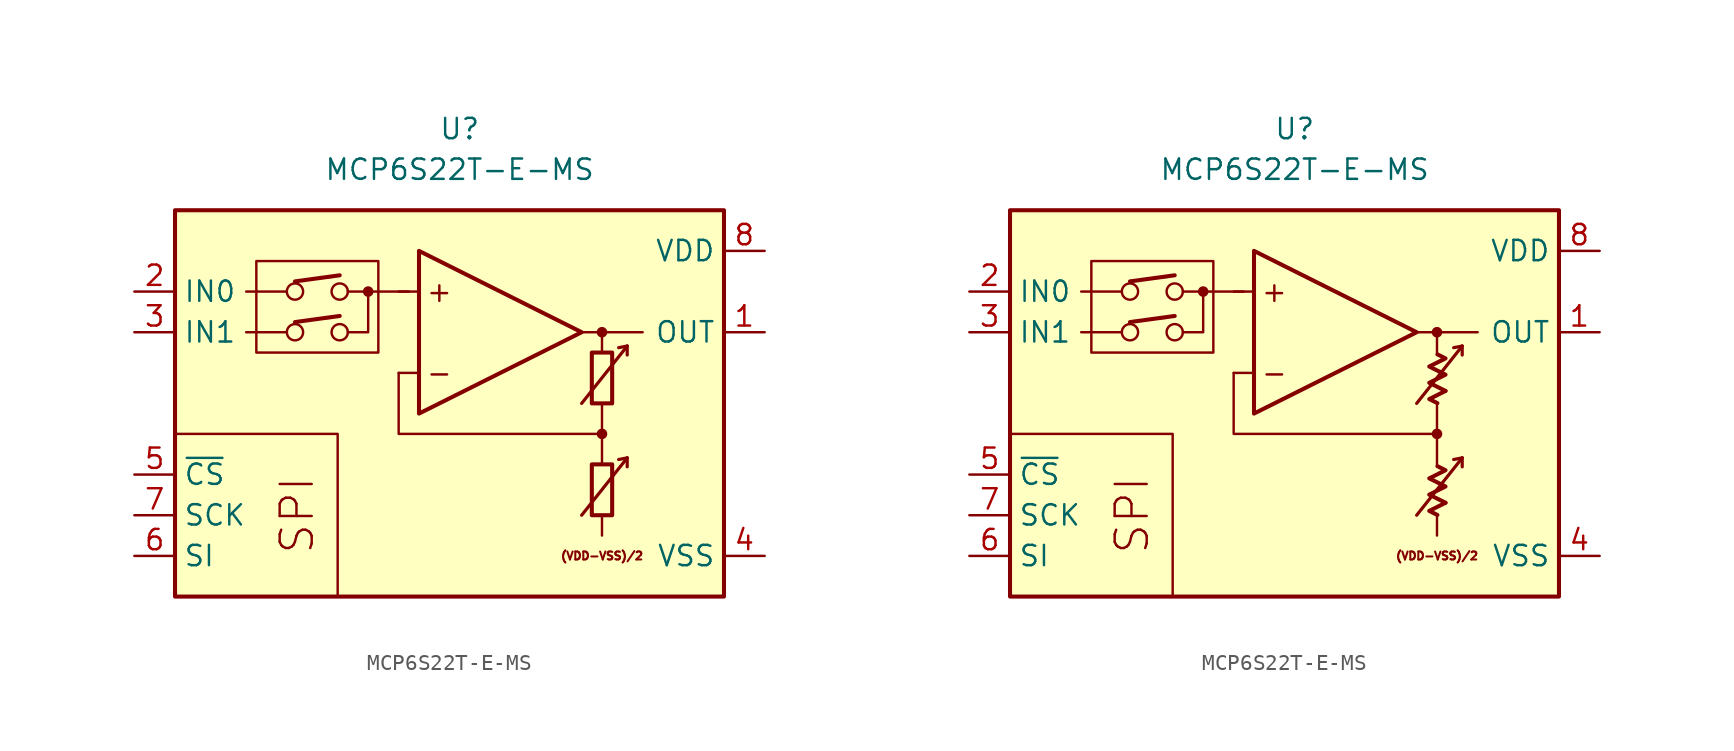
<source format=kicad_sym>
(kicad_symbol_lib
  (version 20231120)
  (generator "kicad_symbol_editor")
  (generator_version "8.0")
  (symbol "MCP6S22T-E-MS"
    (property "Reference" "U"
      (at 0 17.78 0)
      (effects (font (size 1.27 1.27))))
    (property "Value" "MCP6S22T-E-MS"
      (at 0 15.24 0)
      (effects (font (size 1.27 1.27))))
    (symbol "MCP6S22T-E-MS_0_0"
      (rectangle (start -17.78 12.7) (end 16.51 -11.43) (stroke (width 0.254) (type default)) (fill (type background)))
      (rectangle (start -12.7 9.525) (end -5.08 3.81) (stroke (width 0.152) (type default)) (fill (type none)))
      (circle (center -10.287 5.08) (radius 0.508) (stroke (width 0) (type default)) (fill (type none)))
      (circle (center -10.287 7.62) (radius 0.508) (stroke (width 0) (type default)) (fill (type none)))
      (circle (center -7.493 5.08) (radius 0.508) (stroke (width 0) (type default)) (fill (type none)))
      (circle (center -7.493 7.62) (radius 0.508) (stroke (width 0) (type default)) (fill (type none)))
      (circle (center -5.715 7.62) (radius 0.254) (stroke (width 0.152) (type default)) (fill (type outline)))
      (polyline (pts (xy 8.89 -3.81)) (stroke (width 0.152) (type default)) (fill (type none)))
      (polyline (pts (xy 8.89 -3.81)) (stroke (width 0.152) (type default)) (fill (type none)))
      (polyline (pts (xy 8.89 -3.175)) (stroke (width 0.152) (type default)) (fill (type none)))
      (polyline (pts (xy 8.89 3.175)) (stroke (width 0.152) (type default)) (fill (type none)))
      (polyline (pts (xy 8.89 3.81)) (stroke (width 0.152) (type default)) (fill (type none)))
      (polyline (pts (xy 8.89 3.81)) (stroke (width 0.152) (type default)) (fill (type none)))
      (polyline (pts (xy -10.795 5.08) (xy -13.335 5.08)) (stroke (width 0.152) (type default)) (fill (type none)))
      (polyline (pts (xy -10.795 7.62) (xy -13.335 7.62)) (stroke (width 0.152) (type default)) (fill (type none)))
      (polyline (pts (xy -10.287 5.715) (xy -7.493 6.096)) (stroke (width 0.254) (type default)) (fill (type none)))
      (polyline (pts (xy -10.287 8.255) (xy -7.493 8.636)) (stroke (width 0.254) (type default)) (fill (type none)))
      (polyline (pts (xy -3.175 7.62) (xy -6.985 7.62)) (stroke (width 0.152) (type default)) (fill (type none)))
      (polyline (pts (xy -2.54 2.54) (xy -3.81 2.54)) (stroke (width 0.152) (type default)) (fill (type none)))
      (polyline (pts (xy -2.54 7.62) (xy -3.81 7.62)) (stroke (width 0.152) (type default)) (fill (type none)))
      (polyline (pts (xy 7.62 5.08) (xy 11.43 5.08)) (stroke (width 0.152) (type default)) (fill (type none)))
      (polyline (pts (xy 8.89 -6.35) (xy 8.89 -7.62)) (stroke (width 0.152) (type default)) (fill (type none)))
      (polyline (pts (xy 8.89 -1.27) (xy 8.89 -3.175)) (stroke (width 0.152) (type default)) (fill (type none)))
      (polyline (pts (xy 8.89 0.635) (xy 8.89 -1.27)) (stroke (width 0.152) (type default)) (fill (type none)))
      (polyline (pts (xy 8.89 5.08) (xy 8.89 3.81)) (stroke (width 0.152) (type default)) (fill (type none)))
      (polyline (pts (xy -7.62 -11.43) (xy -7.62 -1.27) (xy -17.78 -1.27)) (stroke (width 0.152) (type default)) (fill (type none)))
      (polyline (pts (xy -6.985 5.08) (xy -5.715 5.08) (xy -5.715 7.62)) (stroke (width 0.152) (type default)) (fill (type none)))
      (polyline (pts (xy 8.89 -1.27) (xy -3.81 -1.27) (xy -3.81 2.54)) (stroke (width 0.152) (type default)) (fill (type none)))
      (circle (center 8.89 -1.27) (radius 0.254) (stroke (width 0.152) (type default)) (fill (type outline)))
      (circle (center 8.89 5.08) (radius 0.254) (stroke (width 0.152) (type default)) (fill (type outline)))
      (text "(VDD-VSS)/2" (at 8.89 -8.89 0) (effects (font (size 0.5 0.5))))
      (text "+" (at -1.27 7.62 0) (effects (font (size 1.27 1.27))))
      (text "-" (at -1.27 2.54 0) (effects (font (size 1.27 1.27))))
      (text "SPI" (at -10.16 -6.35 900) (effects (font (size 2 2)))))
    (symbol "MCP6S22T-E-MS_0_1"
      (rectangle (start 8.255 -3.175) (end 9.525 -6.35) (stroke (width 0.254) (type default)) (fill (type none)))
      (rectangle (start 8.255 3.81) (end 9.525 0.635) (stroke (width 0.254) (type default)) (fill (type none))))
    (symbol "MCP6S22T-E-MS_0_2"
      (polyline (pts (xy 9.422 -5.572) (xy 8.406 -6.08) (xy 8.915 -6.333)) (stroke (width 0.254) (type default)) (fill (type none)))
      (polyline (pts (xy 9.422 1.413) (xy 8.406 0.905) (xy 8.915 0.651)) (stroke (width 0.254) (type default)) (fill (type none)))
      (polyline (pts (xy 8.915 -3.285) (xy 9.422 -3.539) (xy 8.406 -4.048) (xy 9.422 -4.556) (xy 8.406 -5.064) (xy 9.422 -5.572)) (stroke (width 0.254) (type default)) (fill (type none)))
      (polyline (pts (xy 8.915 3.7) (xy 9.422 3.446) (xy 8.406 2.938) (xy 9.422 2.429) (xy 8.406 1.921) (xy 9.422 1.413)) (stroke (width 0.254) (type default)) (fill (type none))))
    (symbol "MCP6S22T-E-MS_1_0"
      (polyline (pts (xy 10.465 -2.769) (xy 9.931 -2.87)) (stroke (width 0.2) (type default)) (fill (type none)))
      (polyline (pts (xy 10.465 -2.769) (xy 10.465 -3.327)) (stroke (width 0.2) (type default)) (fill (type none)))
      (polyline (pts (xy 10.465 4.216) (xy 9.931 4.115)) (stroke (width 0.2) (type default)) (fill (type none)))
      (polyline (pts (xy 10.465 4.216) (xy 10.465 3.658)) (stroke (width 0.2) (type default)) (fill (type none)))
      (polyline (pts (xy -2.54 10.16) (xy -2.54 0) (xy 7.62 5.08) (xy -2.54 10.16)) (stroke (width 0.254) (type default)) (fill (type background)))
      (polyline (pts (xy 7.62 -6.35) (xy 10.465 -2.769) (xy 10.465 -2.769) (xy 10.465 -2.769)) (stroke (width 0.2) (type default)) (fill (type none)))
      (polyline (pts (xy 7.62 0.635) (xy 10.465 4.216) (xy 10.465 4.216) (xy 10.465 4.216)) (stroke (width 0.2) (type default)) (fill (type none))))
    (symbol "MCP6S22T-E-MS_1_1"
      (pin output line (at 19.05 5.08 180) (length 2.54) (name "OUT" (effects (font (size 1.27 1.27)))) (number "1" (effects (font (size 1.27 1.27)))))
      (pin input line (at -20.32 7.62 0) (length 2.54) (name "IN0" (effects (font (size 1.27 1.27)))) (number "2" (effects (font (size 1.27 1.27)))))
      (pin input line (at -20.32 5.08 0) (length 2.54) (name "IN1" (effects (font (size 1.27 1.27)))) (number "3" (effects (font (size 1.27 1.27)))))
      (pin power_in line (at 19.05 -8.89 180) (length 2.54) (name "VSS" (effects (font (size 1.27 1.27)))) (number "4" (effects (font (size 1.27 1.27)))))
      (pin input line (at -20.32 -3.81 0) (length 2.54) (name "~{CS}" (effects (font (size 1.27 1.27)))) (number "5" (effects (font (size 1.27 1.27)))))
      (pin input line (at -20.32 -8.89 0) (length 2.54) (name "SI" (effects (font (size 1.27 1.27)))) (number "6" (effects (font (size 1.27 1.27)))))
      (pin input line (at -20.32 -6.35 0) (length 2.54) (name "SCK" (effects (font (size 1.27 1.27)))) (number "7" (effects (font (size 1.27 1.27)))))
      (pin power_in line (at 19.05 10.16 180) (length 2.54) (name "VDD" (effects (font (size 1.27 1.27)))) (number "8" (effects (font (size 1.27 1.27))))))
    (symbol "MCP6S22T-E-MS_1_2"
      (pin output line (at 19.05 5.08 180) (length 2.54) (name "OUT" (effects (font (size 1.27 1.27)))) (number "1" (effects (font (size 1.27 1.27)))))
      (pin input line (at -20.32 7.62 0) (length 2.54) (name "IN0" (effects (font (size 1.27 1.27)))) (number "2" (effects (font (size 1.27 1.27)))))
      (pin input line (at -20.32 5.08 0) (length 2.54) (name "IN1" (effects (font (size 1.27 1.27)))) (number "3" (effects (font (size 1.27 1.27)))))
      (pin power_in line (at 19.05 -8.89 180) (length 2.54) (name "VSS" (effects (font (size 1.27 1.27)))) (number "4" (effects (font (size 1.27 1.27)))))
      (pin input line (at -20.32 -3.81 0) (length 2.54) (name "~{CS}" (effects (font (size 1.27 1.27)))) (number "5" (effects (font (size 1.27 1.27)))))
      (pin input line (at -20.32 -8.89 0) (length 2.54) (name "SI" (effects (font (size 1.27 1.27)))) (number "6" (effects (font (size 1.27 1.27)))))
      (pin input line (at -20.32 -6.35 0) (length 2.54) (name "SCK" (effects (font (size 1.27 1.27)))) (number "7" (effects (font (size 1.27 1.27)))))
      (pin power_in line (at 19.05 10.16 180) (length 2.54) (name "VDD" (effects (font (size 1.27 1.27)))) (number "8" (effects (font (size 1.27 1.27))))))))
</source>
